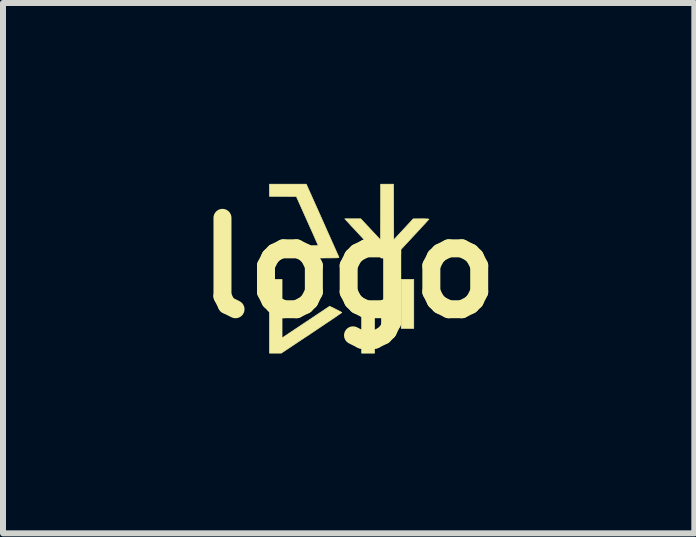
<source format=kicad_pcb>
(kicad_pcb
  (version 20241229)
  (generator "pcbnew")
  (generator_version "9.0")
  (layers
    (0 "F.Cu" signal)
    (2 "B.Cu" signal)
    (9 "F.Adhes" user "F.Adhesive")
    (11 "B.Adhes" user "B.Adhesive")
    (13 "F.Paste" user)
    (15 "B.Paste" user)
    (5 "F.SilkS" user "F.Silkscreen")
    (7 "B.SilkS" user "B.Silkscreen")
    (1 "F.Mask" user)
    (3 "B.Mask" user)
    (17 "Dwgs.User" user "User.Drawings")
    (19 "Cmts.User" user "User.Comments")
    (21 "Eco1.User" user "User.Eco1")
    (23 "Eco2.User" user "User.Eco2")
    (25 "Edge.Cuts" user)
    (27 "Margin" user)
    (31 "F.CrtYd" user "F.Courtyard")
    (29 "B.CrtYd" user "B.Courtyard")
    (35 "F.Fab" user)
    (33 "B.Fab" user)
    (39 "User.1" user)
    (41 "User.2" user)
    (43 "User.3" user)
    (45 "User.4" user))
  (footprint "logo"
    (layer "F.Cu")
    (at 2.765 1.418)
    (property "Reference" "logo" (at 0 0 0) (layer "F.SilkS") (effects (font (size 1.524 1.524) (thickness 0.3))))
    (attr through_hole)
    (fp_poly (pts (xy 0.432 1.422) (xy 0.216 1.422) (xy 0.216 0.603) (xy 0.432 0.603) (xy 0.432 1.422)) (stroke (width 0.01) (type solid)) (fill yes) (layer "F.SilkS"))
    (fp_poly (pts (xy 0.756 1.01) (xy 0.546 1.01) (xy 0.546 0.603) (xy 0.756 0.603) (xy 0.756 1.01)) (stroke (width 0.01) (type solid)) (fill yes) (layer "F.SilkS"))
    (fp_poly (pts (xy 1.086 1.01) (xy 0.876 1.01) (xy 0.876 0.191) (xy 1.086 0.191) (xy 1.086 1.01)) (stroke (width 0.01) (type solid)) (fill yes) (layer "F.SilkS"))
    (fp_poly (pts (xy -1.111 1.168) (xy -0.714 0.904) (xy -0.317 0.639) (xy -0.216 0.689) (xy -0.183 0.706) (xy -0.155 0.72) (xy -0.133 0.732) (xy -0.119 0.741) (xy -0.114 0.744) (xy -0.119 0.749) (xy -0.134 0.759) (xy -0.159 0.776) (xy -0.191 0.798) (xy -0.231 0.826) (xy -0.279 0.858) (xy -0.332 0.894) (xy -0.391 0.933) (xy -0.455 0.976) (xy -0.522 1.021) (xy -0.593 1.069) (xy -0.619 1.086) (xy -1.124 1.422) (xy -1.321 1.422) (xy -1.321 0.191) (xy -1.111 0.191) (xy -1.111 1.168)) (stroke (width 0.01) (type solid)) (fill yes) (layer "F.SilkS"))
    (fp_poly (pts (xy 0.752 -0.468) (xy 0.914 -0.643) (xy 1.076 -0.818) (xy 1.209 -0.819) (xy 1.252 -0.819) (xy 1.289 -0.818) (xy 1.316 -0.817) (xy 1.333 -0.815) (xy 1.339 -0.813) (xy 1.339 -0.813) (xy 1.334 -0.808) (xy 1.322 -0.794) (xy 1.302 -0.772) (xy 1.276 -0.743) (xy 1.243 -0.708) (xy 1.206 -0.668) (xy 1.164 -0.622) (xy 1.119 -0.573) (xy 1.07 -0.521) (xy 1.038 -0.486) (xy 0.74 -0.166) (xy 0.641 -0.165) (xy 0.543 -0.165) (xy 0.279 -0.448) (xy 0.231 -0.5) (xy 0.184 -0.551) (xy 0.14 -0.598) (xy 0.099 -0.643) (xy 0.062 -0.682) (xy 0.03 -0.716) (xy 0.005 -0.744) (xy -0.014 -0.764) (xy -0.024 -0.775) (xy -0.065 -0.819) (xy 0.069 -0.819) (xy 0.202 -0.819) (xy 0.366 -0.644) (xy 0.53 -0.468) (xy 0.532 -0.932) (xy 0.533 -1.397) (xy 0.749 -1.397) (xy 0.752 -0.468)) (stroke (width 0.01) (type solid)) (fill yes) (layer "F.SilkS"))
    (fp_poly (pts (xy -0.436 -0.792) (xy -0.399 -0.709) (xy -0.364 -0.629) (xy -0.33 -0.554) (xy -0.298 -0.482) (xy -0.269 -0.417) (xy -0.242 -0.357) (xy -0.219 -0.305) (xy -0.199 -0.26) (xy -0.183 -0.225) (xy -0.171 -0.198) (xy -0.164 -0.182) (xy -0.162 -0.176) (xy -0.161 -0.174) (xy -0.163 -0.173) (xy -0.166 -0.171) (xy -0.173 -0.17) (xy -0.184 -0.169) (xy -0.199 -0.168) (xy -0.22 -0.167) (xy -0.247 -0.167) (xy -0.28 -0.166) (xy -0.322 -0.166) (xy -0.371 -0.166) (xy -0.43 -0.165) (xy -0.499 -0.165) (xy -0.578 -0.165) (xy -0.669 -0.165) (xy -0.739 -0.165) (xy -1.321 -0.165) (xy -1.321 -0.368) (xy -0.914 -0.368) (xy -0.844 -0.368) (xy -0.777 -0.369) (xy -0.715 -0.369) (xy -0.66 -0.369) (xy -0.611 -0.37) (xy -0.571 -0.371) (xy -0.539 -0.371) (xy -0.518 -0.372) (xy -0.509 -0.373) (xy -0.508 -0.373) (xy -0.511 -0.38) (xy -0.518 -0.397) (xy -0.53 -0.423) (xy -0.546 -0.459) (xy -0.565 -0.502) (xy -0.587 -0.553) (xy -0.612 -0.609) (xy -0.64 -0.67) (xy -0.669 -0.735) (xy -0.691 -0.784) (xy -0.873 -1.191) (xy -1.321 -1.194) (xy -1.321 -1.397) (xy -0.707 -1.397) (xy -0.436 -0.792)) (stroke (width 0.01) (type solid)) (fill yes) (layer "F.SilkS")))
  (gr_rect
    (start -3 -3)
    (end 8.53 5.845)
    (stroke (width 0.1) (type default))
    (fill no)
    (layer "Edge.Cuts")))
</source>
